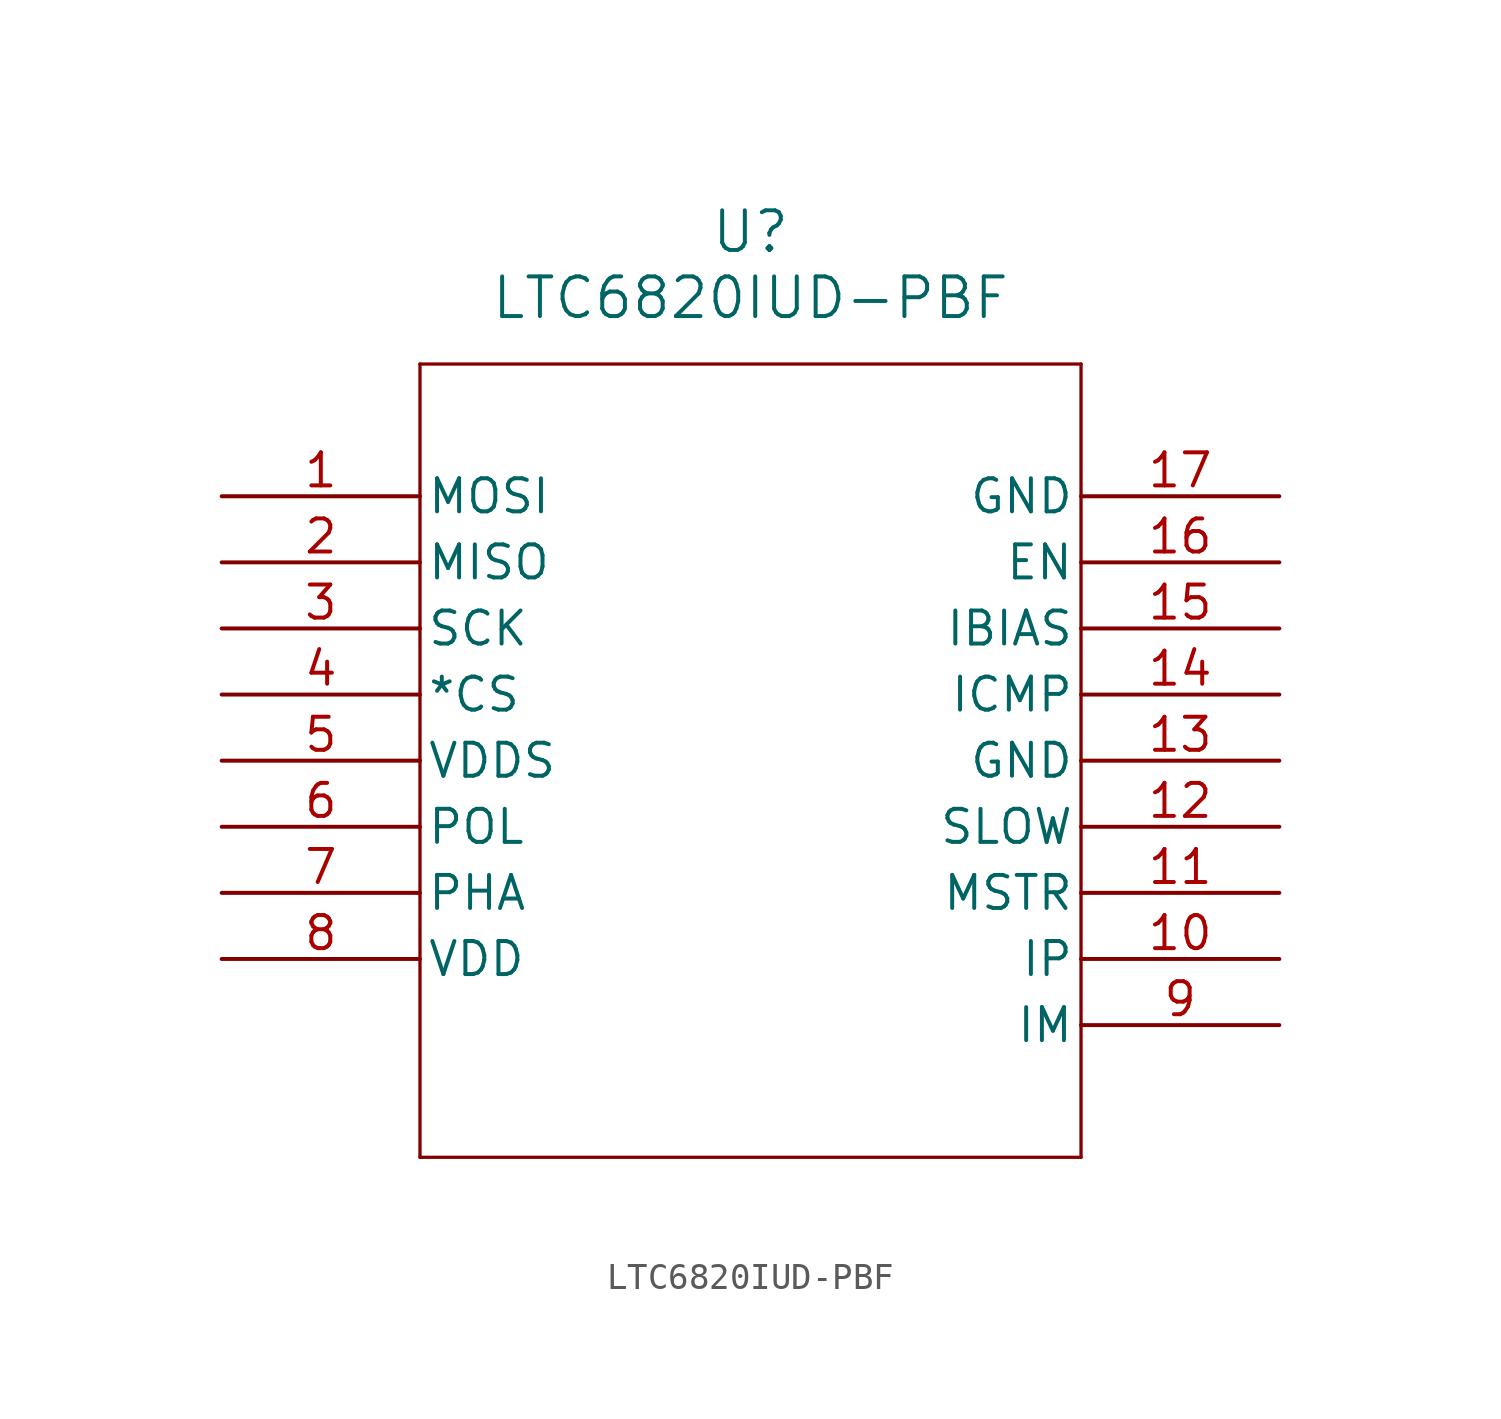
<source format=kicad_sym>
(kicad_symbol_lib
  (version 20211014)
  (generator kicad_symbol_editor)
  (symbol "LTC6820IUD-PBF"
    (pin_names
      (offset 0.254))
    (property "Reference" "U"
      (at 20.32 10.16 0)
      (effects (font (size 1.524 1.524))))
    (property "Value" "LTC6820IUD-PBF"
      (at 20.32 7.62 0)
      (effects (font (size 1.524 1.524))))
    (symbol "LTC6820IUD-PBF_0_1"
      (polyline (pts (xy 7.62 5.08) (xy 7.62 -25.4)) (stroke (width 0.127) (type default) (color 0 0 0 0)) (fill (type none)))
      (polyline (pts (xy 7.62 -25.4) (xy 33.02 -25.4)) (stroke (width 0.127) (type default) (color 0 0 0 0)) (fill (type none)))
      (polyline (pts (xy 33.02 -25.4) (xy 33.02 5.08)) (stroke (width 0.127) (type default) (color 0 0 0 0)) (fill (type none)))
      (polyline (pts (xy 33.02 5.08) (xy 7.62 5.08)) (stroke (width 0.127) (type default) (color 0 0 0 0)) (fill (type none)))
      (pin output line (at 0 0 0) (length 7.62) (name "MOSI" (effects (font (size 1.27 1.27)))) (number "1" (effects (font (size 1.27 1.27)))))
      (pin input line (at 0 -2.54 0) (length 7.62) (name "MISO" (effects (font (size 1.27 1.27)))) (number "2" (effects (font (size 1.27 1.27)))))
      (pin bidirectional line (at 0 -5.08 0) (length 7.62) (name "SCK" (effects (font (size 1.27 1.27)))) (number "3" (effects (font (size 1.27 1.27)))))
      (pin bidirectional line (at 0 -7.62 0) (length 7.62) (name "*CS" (effects (font (size 1.27 1.27)))) (number "4" (effects (font (size 1.27 1.27)))))
      (pin power_in line (at 0 -10.16 0) (length 7.62) (name "VDDS" (effects (font (size 1.27 1.27)))) (number "5" (effects (font (size 1.27 1.27)))))
      (pin input line (at 0 -12.7 0) (length 7.62) (name "POL" (effects (font (size 1.27 1.27)))) (number "6" (effects (font (size 1.27 1.27)))))
      (pin input line (at 0 -15.24 0) (length 7.62) (name "PHA" (effects (font (size 1.27 1.27)))) (number "7" (effects (font (size 1.27 1.27)))))
      (pin power_in line (at 0 -17.78 0) (length 7.62) (name "VDD" (effects (font (size 1.27 1.27)))) (number "8" (effects (font (size 1.27 1.27)))))
      (pin bidirectional line (at 40.64 -20.32 180) (length 7.62) (name "IM" (effects (font (size 1.27 1.27)))) (number "9" (effects (font (size 1.27 1.27)))))
      (pin bidirectional line (at 40.64 -17.78 180) (length 7.62) (name "IP" (effects (font (size 1.27 1.27)))) (number "10" (effects (font (size 1.27 1.27)))))
      (pin input line (at 40.64 -15.24 180) (length 7.62) (name "MSTR" (effects (font (size 1.27 1.27)))) (number "11" (effects (font (size 1.27 1.27)))))
      (pin input line (at 40.64 -12.7 180) (length 7.62) (name "SLOW" (effects (font (size 1.27 1.27)))) (number "12" (effects (font (size 1.27 1.27)))))
      (pin power_out line (at 40.64 -10.16 180) (length 7.62) (name "GND" (effects (font (size 1.27 1.27)))) (number "13" (effects (font (size 1.27 1.27)))))
      (pin unspecified line (at 40.64 -7.62 180) (length 7.62) (name "ICMP" (effects (font (size 1.27 1.27)))) (number "14" (effects (font (size 1.27 1.27)))))
      (pin unspecified line (at 40.64 -5.08 180) (length 7.62) (name "IBIAS" (effects (font (size 1.27 1.27)))) (number "15" (effects (font (size 1.27 1.27)))))
      (pin input line (at 40.64 -2.54 180) (length 7.62) (name "EN" (effects (font (size 1.27 1.27)))) (number "16" (effects (font (size 1.27 1.27)))))
      (pin power_out line (at 40.64 0 180) (length 7.62) (name "GND" (effects (font (size 1.27 1.27)))) (number "17" (effects (font (size 1.27 1.27))))))))
</source>
